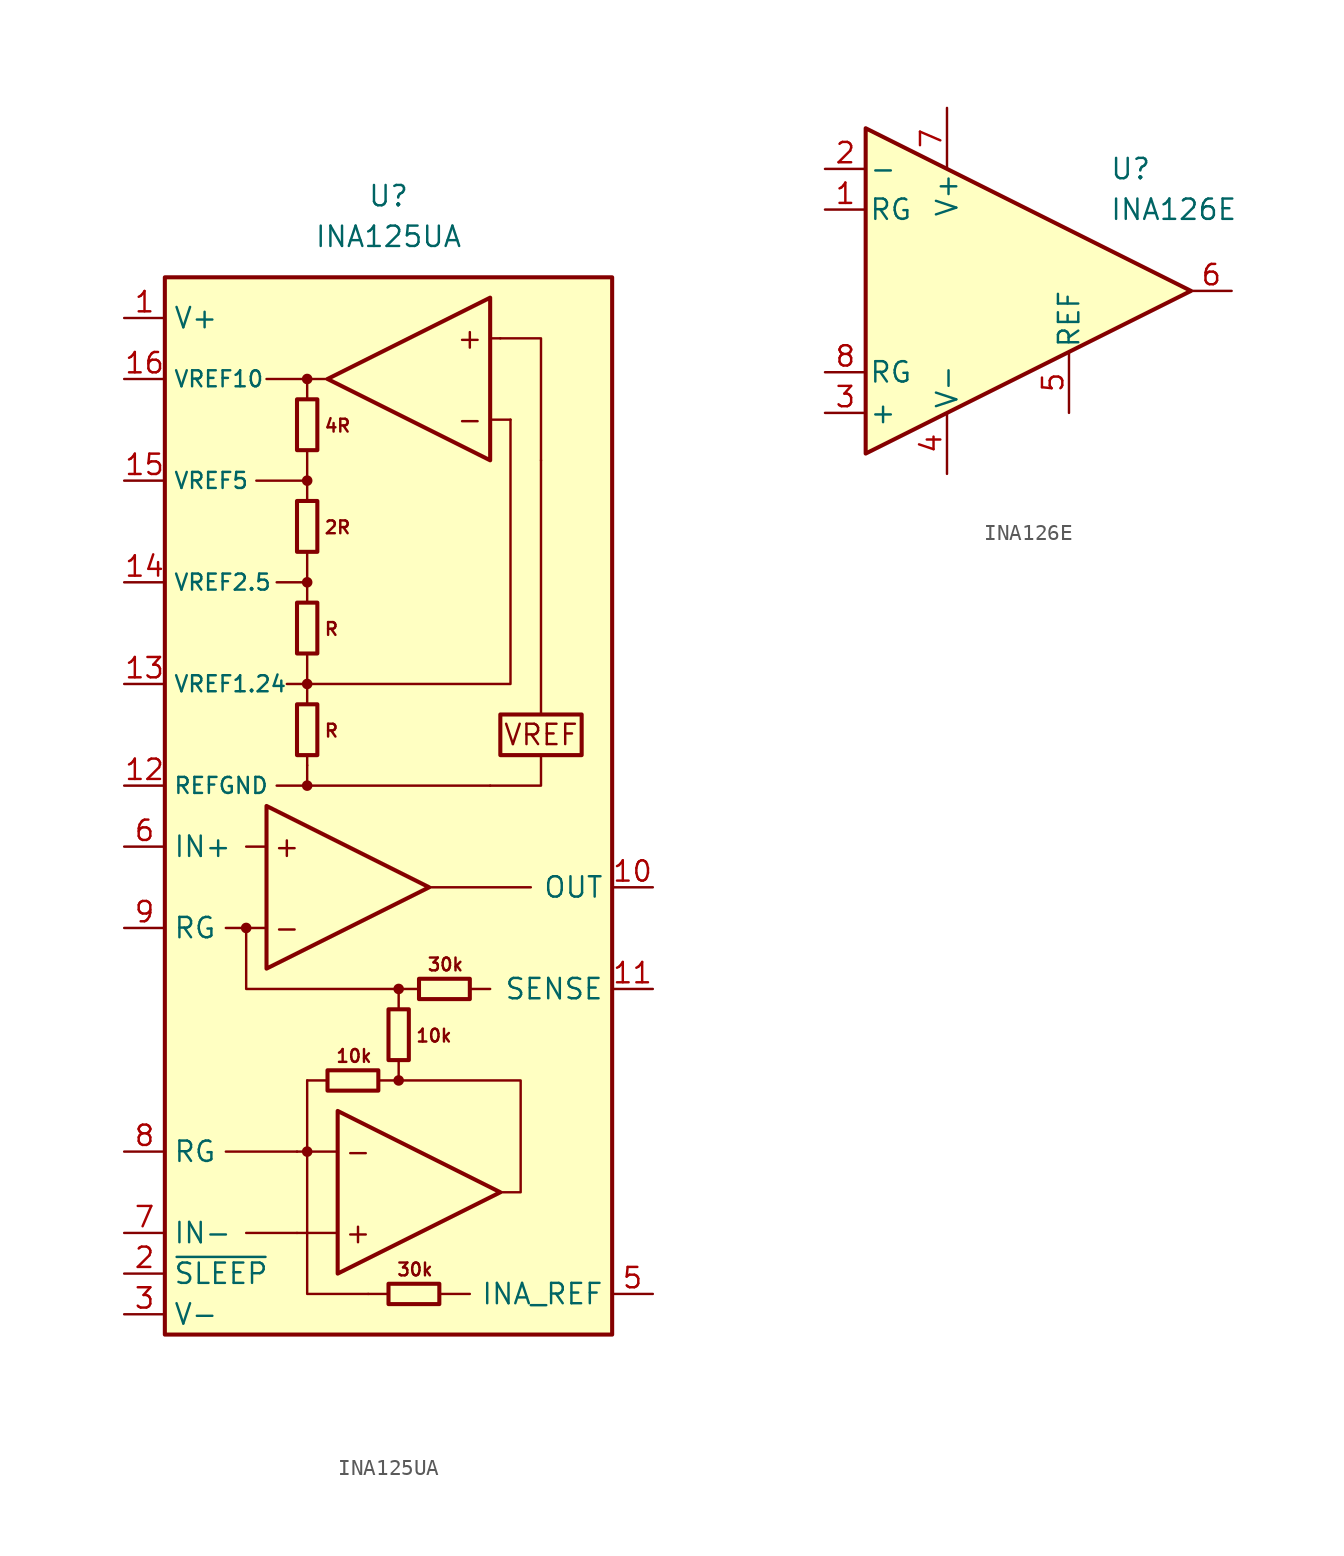
<source format=kicad_sym>
(kicad_symbol_lib
  (version 20211014)
  (generator kicad_symbol_editor)
  (symbol "INA125UA"
    (property "Reference" "U"
      (at 0 36.83 0)
      (effects (font (size 1.27 1.27))))
    (property "Value" "INA125UA"
      (at 0 34.29 0)
      (effects (font (size 1.27 1.27))))
    (symbol "INA125UA_0_0"
      (circle (center -8.89 -8.89) (radius 0.254) (stroke (width 0.152) (type default) (color 0 0 0 0)) (fill (type outline)))
      (circle (center -5.08 -22.86) (radius 0.254) (stroke (width 0.152) (type default) (color 0 0 0 0)) (fill (type outline)))
      (circle (center -5.08 0) (radius 0.254) (stroke (width 0.152) (type default) (color 0 0 0 0)) (fill (type outline)))
      (circle (center -5.08 6.35) (radius 0.254) (stroke (width 0.152) (type default) (color 0 0 0 0)) (fill (type outline)))
      (circle (center -5.08 12.7) (radius 0.254) (stroke (width 0.152) (type default) (color 0 0 0 0)) (fill (type outline)))
      (circle (center -5.08 19.05) (radius 0.254) (stroke (width 0.152) (type default) (color 0 0 0 0)) (fill (type outline)))
      (circle (center -5.08 25.4) (radius 0.254) (stroke (width 0.152) (type default) (color 0 0 0 0)) (fill (type outline)))
      (polyline (pts (xy -5.08 0) (xy 6.35 0)) (stroke (width 0.152) (type default) (color 0 0 0 0)) (fill (type none)))
      (polyline (pts (xy -5.08 1.27) (xy -5.08 0)) (stroke (width 0.152) (type default) (color 0 0 0 0)) (fill (type none)))
      (polyline (pts (xy -5.08 1.905) (xy -5.08 1.27)) (stroke (width 0.152) (type default) (color 0 0 0 0)) (fill (type none)))
      (polyline (pts (xy -5.08 6.35) (xy -5.08 5.08)) (stroke (width 0.152) (type default) (color 0 0 0 0)) (fill (type none)))
      (polyline (pts (xy -5.08 8.255) (xy -5.08 6.35)) (stroke (width 0.152) (type default) (color 0 0 0 0)) (fill (type none)))
      (polyline (pts (xy -5.08 12.7) (xy -5.08 11.43)) (stroke (width 0.152) (type default) (color 0 0 0 0)) (fill (type none)))
      (polyline (pts (xy -5.08 14.605) (xy -5.08 12.7)) (stroke (width 0.152) (type default) (color 0 0 0 0)) (fill (type none)))
      (polyline (pts (xy -5.08 19.05) (xy -5.08 17.78)) (stroke (width 0.152) (type default) (color 0 0 0 0)) (fill (type none)))
      (polyline (pts (xy -5.08 20.955) (xy -5.08 19.05)) (stroke (width 0.152) (type default) (color 0 0 0 0)) (fill (type none)))
      (polyline (pts (xy -3.81 -18.415) (xy -5.08 -18.415)) (stroke (width 0.152) (type default) (color 0 0 0 0)) (fill (type none)))
      (polyline (pts (xy -3.175 -27.94) (xy -5.715 -27.94)) (stroke (width 0.152) (type default) (color 0 0 0 0)) (fill (type none)))
      (polyline (pts (xy -3.175 -22.86) (xy -5.715 -22.86)) (stroke (width 0.152) (type default) (color 0 0 0 0)) (fill (type none)))
      (polyline (pts (xy 0 -31.75) (xy -1.27 -31.75)) (stroke (width 0.152) (type default) (color 0 0 0 0)) (fill (type none)))
      (polyline (pts (xy 1.905 -12.7) (xy 0.635 -12.7)) (stroke (width 0.152) (type default) (color 0 0 0 0)) (fill (type none)))
      (polyline (pts (xy 6.35 22.86) (xy 7.62 22.86)) (stroke (width 0.152) (type default) (color 0 0 0 0)) (fill (type none)))
      (polyline (pts (xy 6.35 27.94) (xy 6.985 27.94)) (stroke (width 0.152) (type default) (color 0 0 0 0)) (fill (type none)))
      (polyline (pts (xy 9.525 4.445) (xy 9.525 20.32)) (stroke (width 0.152) (type default) (color 0 0 0 0)) (fill (type none)))
      (polyline (pts (xy 9.525 1.905) (xy 9.525 0) (xy 6.35 0)) (stroke (width 0.152) (type default) (color 0 0 0 0)) (fill (type none)))
      (circle (center 0.635 -18.415) (radius 0.254) (stroke (width 0.152) (type default) (color 0 0 0 0)) (fill (type outline)))
      (circle (center 0.635 -12.7) (radius 0.254) (stroke (width 0.152) (type default) (color 0 0 0 0)) (fill (type outline)))
      (rectangle (start 6.985 4.445) (end 12.065 1.905) (stroke (width 0.254) (type default) (color 0 0 0 0)) (fill (type none)))
      (text "+" (at -6.35 -3.81 0) (effects (font (size 1.27 1.27))))
      (text "+" (at -1.905 -27.94 0) (effects (font (size 1.27 1.27))))
      (text "+" (at 5.08 27.94 0) (effects (font (size 1.27 1.27))))
      (text "-" (at -6.35 -8.89 0) (effects (font (size 1.27 1.27))))
      (text "-" (at -1.905 -22.86 0) (effects (font (size 1.27 1.27))))
      (text "-" (at 5.08 22.86 0) (effects (font (size 1.27 1.27))))
      (text "10k" (at -2.159 -16.891 0) (effects (font (size 0.8 0.8))))
      (text "10k" (at 1.651 -15.621 0) (effects (font (size 0.8 0.8)) (justify left)))
      (text "2R" (at -4.064 16.129 0) (effects (font (size 0.8 0.8)) (justify left)))
      (text "30k" (at 1.651 -30.226 0) (effects (font (size 0.8 0.8))))
      (text "30k" (at 3.556 -11.176 0) (effects (font (size 0.8 0.8))))
      (text "4R" (at -4.064 22.479 0) (effects (font (size 0.8 0.8)) (justify left)))
      (text "R" (at -4.064 3.429 0) (effects (font (size 0.8 0.8)) (justify left)))
      (text "R" (at -4.064 9.779 0) (effects (font (size 0.8 0.8)) (justify left)))
      (text "VREF" (at 9.525 3.175 0) (effects (font (size 1.27 1.27)))))
    (symbol "INA125UA_0_1"
      (rectangle (start -13.97 31.75) (end 13.97 -34.29) (stroke (width 0.254) (type default) (color 0 0 0 0)) (fill (type background)))
      (rectangle (start -5.715 1.905) (end -4.445 5.08) (stroke (width 0.254) (type default) (color 0 0 0 0)) (fill (type none)))
      (rectangle (start -5.715 8.255) (end -4.445 11.43) (stroke (width 0.254) (type default) (color 0 0 0 0)) (fill (type none)))
      (rectangle (start -5.715 14.605) (end -4.445 17.78) (stroke (width 0.254) (type default) (color 0 0 0 0)) (fill (type none)))
      (rectangle (start -5.715 20.955) (end -4.445 24.13) (stroke (width 0.254) (type default) (color 0 0 0 0)) (fill (type none)))
      (rectangle (start -3.81 -17.78) (end -0.635 -19.05) (stroke (width 0.254) (type default) (color 0 0 0 0)) (fill (type none)))
      (rectangle (start 0 -31.115) (end 3.175 -32.385) (stroke (width 0.254) (type default) (color 0 0 0 0)) (fill (type none)))
      (rectangle (start 0 -17.145) (end 1.27 -13.97) (stroke (width 0.254) (type default) (color 0 0 0 0)) (fill (type none)))
      (polyline (pts (xy -8.89 -27.94) (xy -5.715 -27.94)) (stroke (width 0.152) (type default) (color 0 0 0 0)) (fill (type none)))
      (polyline (pts (xy -7.62 -8.89) (xy -10.16 -8.89)) (stroke (width 0.152) (type default) (color 0 0 0 0)) (fill (type none)))
      (polyline (pts (xy -7.62 -3.81) (xy -8.89 -3.81)) (stroke (width 0.152) (type default) (color 0 0 0 0)) (fill (type none)))
      (polyline (pts (xy -5.715 -22.86) (xy -10.16 -22.86)) (stroke (width 0.152) (type default) (color 0 0 0 0)) (fill (type none)))
      (polyline (pts (xy -5.08 -18.415) (xy -5.08 -22.86)) (stroke (width 0.152) (type default) (color 0 0 0 0)) (fill (type none)))
      (polyline (pts (xy -5.08 0) (xy -6.985 0)) (stroke (width 0.152) (type default) (color 0 0 0 0)) (fill (type none)))
      (polyline (pts (xy -5.08 6.35) (xy -6.35 6.35)) (stroke (width 0.152) (type default) (color 0 0 0 0)) (fill (type none)))
      (polyline (pts (xy -5.08 12.7) (xy -6.985 12.7)) (stroke (width 0.152) (type default) (color 0 0 0 0)) (fill (type none)))
      (polyline (pts (xy -5.08 19.05) (xy -8.255 19.05)) (stroke (width 0.152) (type default) (color 0 0 0 0)) (fill (type none)))
      (polyline (pts (xy -5.08 25.4) (xy -7.62 25.4)) (stroke (width 0.152) (type default) (color 0 0 0 0)) (fill (type none)))
      (polyline (pts (xy 0.635 -13.97) (xy 0.635 -12.7)) (stroke (width 0.152) (type default) (color 0 0 0 0)) (fill (type none)))
      (polyline (pts (xy 2.54 -6.35) (xy 8.89 -6.35)) (stroke (width 0.152) (type default) (color 0 0 0 0)) (fill (type none)))
      (polyline (pts (xy 3.175 -31.75) (xy 5.08 -31.75)) (stroke (width 0.152) (type default) (color 0 0 0 0)) (fill (type none)))
      (polyline (pts (xy 5.08 -12.7) (xy 6.35 -12.7)) (stroke (width 0.152) (type default) (color 0 0 0 0)) (fill (type none)))
      (polyline (pts (xy -8.89 -8.89) (xy -8.89 -12.7) (xy 0.635 -12.7)) (stroke (width 0.152) (type default) (color 0 0 0 0)) (fill (type none)))
      (polyline (pts (xy -5.08 -22.86) (xy -5.08 -31.75) (xy -1.27 -31.75)) (stroke (width 0.152) (type default) (color 0 0 0 0)) (fill (type none)))
      (polyline (pts (xy -5.08 24.13) (xy -5.08 25.4) (xy -3.81 25.4)) (stroke (width 0.152) (type default) (color 0 0 0 0)) (fill (type none)))
      (polyline (pts (xy 0.635 -17.145) (xy 0.635 -18.415) (xy -0.635 -18.415)) (stroke (width 0.152) (type default) (color 0 0 0 0)) (fill (type none)))
      (polyline (pts (xy 6.985 27.94) (xy 9.525 27.94) (xy 9.525 20.32)) (stroke (width 0.152) (type default) (color 0 0 0 0)) (fill (type none)))
      (polyline (pts (xy 7.62 22.86) (xy 7.62 6.35) (xy -5.08 6.35)) (stroke (width 0.152) (type default) (color 0 0 0 0)) (fill (type none)))
      (polyline (pts (xy -7.62 -1.27) (xy -7.62 -11.43) (xy 2.54 -6.35) (xy -7.62 -1.27)) (stroke (width 0.254) (type default) (color 0 0 0 0)) (fill (type none)))
      (polyline (pts (xy -3.175 -20.32) (xy -3.175 -30.48) (xy 6.985 -25.4) (xy -3.175 -20.32)) (stroke (width 0.254) (type default) (color 0 0 0 0)) (fill (type none)))
      (polyline (pts (xy 0.635 -18.415) (xy 8.255 -18.415) (xy 8.255 -25.4) (xy 6.985 -25.4)) (stroke (width 0.152) (type default) (color 0 0 0 0)) (fill (type none)))
      (polyline (pts (xy 6.35 20.32) (xy 6.35 30.48) (xy -3.81 25.4) (xy 6.35 20.32)) (stroke (width 0.254) (type default) (color 0 0 0 0)) (fill (type none)))
      (rectangle (start 1.905 -12.065) (end 5.08 -13.335) (stroke (width 0.254) (type default) (color 0 0 0 0)) (fill (type none))))
    (symbol "INA125UA_1_1"
      (pin power_in line (at -16.51 29.21 0) (length 2.54) (name "V+" (effects (font (size 1.27 1.27)))) (number "1" (effects (font (size 1.27 1.27)))))
      (pin output line (at 16.51 -6.35 180) (length 2.54) (name "OUT" (effects (font (size 1.27 1.27)))) (number "10" (effects (font (size 1.27 1.27)))))
      (pin input line (at 16.51 -12.7 180) (length 2.54) (name "SENSE" (effects (font (size 1.27 1.27)))) (number "11" (effects (font (size 1.27 1.27)))))
      (pin power_in line (at -16.51 0 0) (length 2.54) (name "REFGND" (effects (font (size 1 1)))) (number "12" (effects (font (size 1.27 1.27)))))
      (pin passive line (at -16.51 6.35 0) (length 2.54) (name "VREF1.24" (effects (font (size 1 1)))) (number "13" (effects (font (size 1.27 1.27)))))
      (pin passive line (at -16.51 12.7 0) (length 2.54) (name "VREF2.5" (effects (font (size 1 1)))) (number "14" (effects (font (size 1.27 1.27)))))
      (pin passive line (at -16.51 19.05 0) (length 2.54) (name "VREF5" (effects (font (size 1 1)))) (number "15" (effects (font (size 1.27 1.27)))))
      (pin passive line (at -16.51 25.4 0) (length 2.54) (name "VREF10" (effects (font (size 1 1)))) (number "16" (effects (font (size 1.27 1.27)))))
      (pin input line (at -16.51 -30.48 0) (length 2.54) (name "~{SLEEP}" (effects (font (size 1.27 1.27)))) (number "2" (effects (font (size 1.27 1.27)))))
      (pin power_in line (at -16.51 -33.02 0) (length 2.54) (name "V-" (effects (font (size 1.27 1.27)))) (number "3" (effects (font (size 1.27 1.27)))))
      (pin input line (at 16.51 -31.75 180) (length 2.54) (name "INA_REF" (effects (font (size 1.27 1.27)))) (number "5" (effects (font (size 1.27 1.27)))))
      (pin input line (at -16.51 -3.81 0) (length 2.54) (name "IN+" (effects (font (size 1.27 1.27)))) (number "6" (effects (font (size 1.27 1.27)))))
      (pin input line (at -16.51 -27.94 0) (length 2.54) (name "IN-" (effects (font (size 1.27 1.27)))) (number "7" (effects (font (size 1.27 1.27)))))
      (pin passive line (at -16.51 -22.86 0) (length 2.54) (name "RG" (effects (font (size 1.27 1.27)))) (number "8" (effects (font (size 1.27 1.27)))))
      (pin passive line (at -16.51 -8.89 0) (length 2.54) (name "RG" (effects (font (size 1.27 1.27)))) (number "9" (effects (font (size 1.27 1.27)))))))
  (symbol "INA126E"
    (pin_names
      (offset 0.2))
    (property "Reference" "U"
      (at 6.35 7.62 0)
      (effects (font (size 1.27 1.27)) (justify left)))
    (property "Value" "INA126E"
      (at 6.35 5.08 0)
      (effects (font (size 1.27 1.27)) (justify left)))
    (symbol "INA126E_0_1"
      (polyline (pts (xy -8.89 10.16) (xy -8.89 -10.16) (xy 11.43 0) (xy -8.89 10.16)) (stroke (width 0.254) (type default) (color 0 0 0 0)) (fill (type background))))
    (symbol "INA126E_1_1"
      (pin passive line (at -11.43 5.08 0) (length 2.54) (name "RG" (effects (font (size 1.27 1.27)))) (number "1" (effects (font (size 1.27 1.27)))))
      (pin input line (at -11.43 7.62 0) (length 2.54) (name "-" (effects (font (size 1.27 1.27)))) (number "2" (effects (font (size 1.27 1.27)))))
      (pin input line (at -11.43 -7.62 0) (length 2.54) (name "+" (effects (font (size 1.27 1.27)))) (number "3" (effects (font (size 1.27 1.27)))))
      (pin power_in line (at -3.81 -11.43 90) (length 3.81) (name "V-" (effects (font (size 1.27 1.27)))) (number "4" (effects (font (size 1.27 1.27)))))
      (pin input line (at 3.81 -7.62 90) (length 3.81) (name "REF" (effects (font (size 1.27 1.27)))) (number "5" (effects (font (size 1.27 1.27)))))
      (pin output line (at 13.97 0 180) (length 2.54) (name "~" (effects (font (size 1.27 1.27)))) (number "6" (effects (font (size 1.27 1.27)))))
      (pin power_in line (at -3.81 11.43 270) (length 3.81) (name "V+" (effects (font (size 1.27 1.27)))) (number "7" (effects (font (size 1.27 1.27)))))
      (pin passive line (at -11.43 -5.08 0) (length 2.54) (name "RG" (effects (font (size 1.27 1.27)))) (number "8" (effects (font (size 1.27 1.27))))))))
</source>
